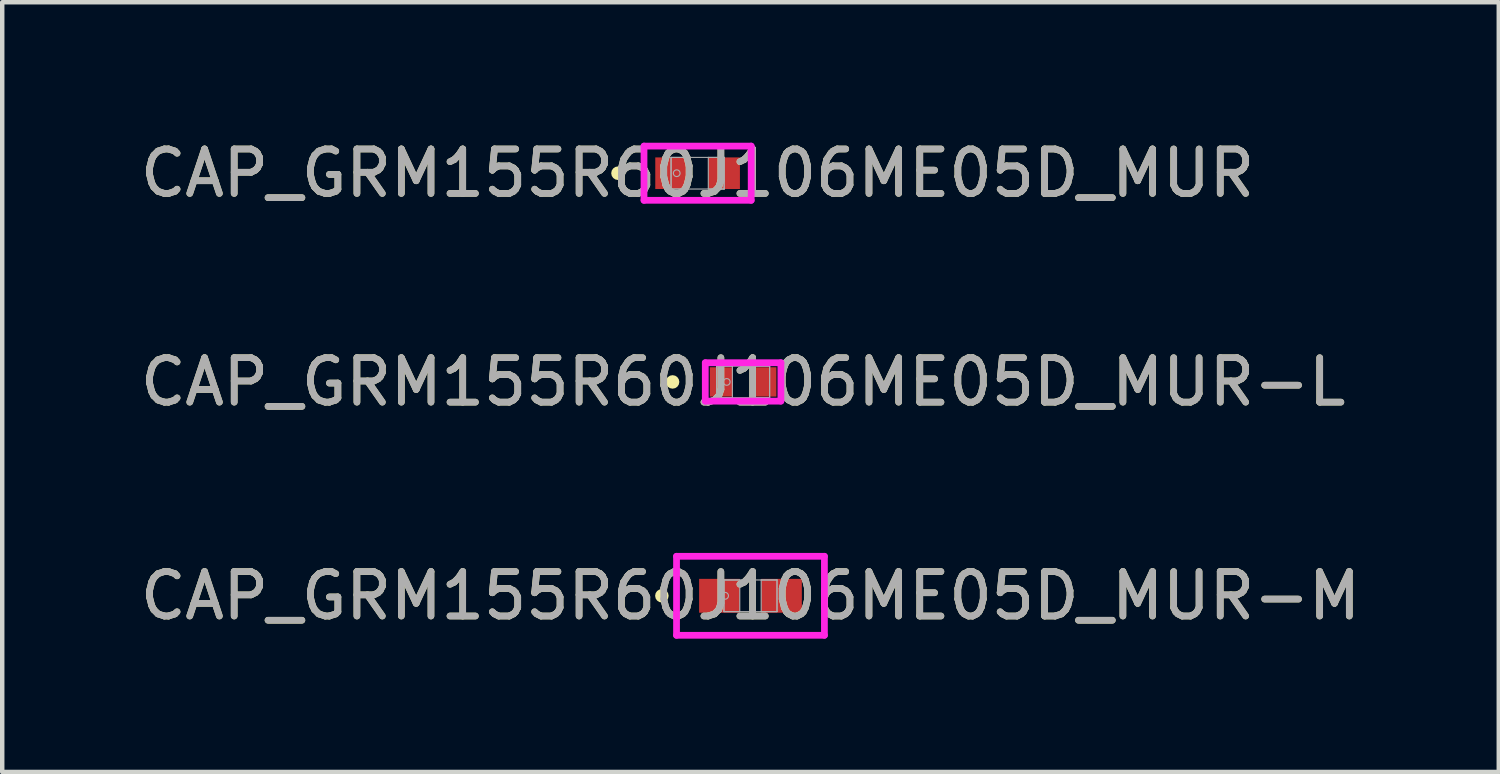
<source format=kicad_pcb>
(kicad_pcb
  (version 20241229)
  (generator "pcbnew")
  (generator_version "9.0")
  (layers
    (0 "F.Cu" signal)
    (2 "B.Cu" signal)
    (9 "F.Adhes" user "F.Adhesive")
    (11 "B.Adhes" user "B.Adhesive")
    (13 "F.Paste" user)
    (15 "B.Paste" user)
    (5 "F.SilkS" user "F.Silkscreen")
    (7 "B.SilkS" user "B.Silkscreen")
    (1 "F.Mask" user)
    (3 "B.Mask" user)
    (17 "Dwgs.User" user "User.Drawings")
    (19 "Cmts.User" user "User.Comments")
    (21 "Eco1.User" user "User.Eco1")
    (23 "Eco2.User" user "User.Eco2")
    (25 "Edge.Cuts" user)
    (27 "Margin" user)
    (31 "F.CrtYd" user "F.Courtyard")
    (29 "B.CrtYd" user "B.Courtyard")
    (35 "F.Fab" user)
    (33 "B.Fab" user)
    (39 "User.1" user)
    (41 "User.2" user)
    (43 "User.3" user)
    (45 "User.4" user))
  (footprint "CAP_GRM155R60J106ME05D_MUR-L"
    (layer "F.Cu")
    (at 13.673 5.545)
    (property "Reference" "CAP_GRM155R60J106ME05D_MUR-L" (at 0 0 0) (unlocked yes) (layer "F.SilkS") (effects (font (size 1 1) (thickness 0.15))))
    (attr smd)
    (fp_circle (center -1.587 0) (end -1.511 0) (stroke (width 0.152) (type solid)) (fill no) (layer "F.SilkS"))
    (fp_line (start -0.851 -0.432) (end 0.851 -0.432) (stroke (width 0.152) (type solid)) (layer "F.CrtYd"))
    (fp_line (start -0.851 0.432) (end -0.851 -0.432) (stroke (width 0.152) (type solid)) (layer "F.CrtYd"))
    (fp_line (start 0.851 -0.432) (end 0.851 0.432) (stroke (width 0.152) (type solid)) (layer "F.CrtYd"))
    (fp_line (start 0.851 0.432) (end -0.851 0.432) (stroke (width 0.152) (type solid)) (layer "F.CrtYd"))
    (fp_line (start -0.597 -0.356) (end -0.597 0.356) (stroke (width 0.025) (type solid)) (layer "F.Fab"))
    (fp_line (start -0.597 -0.356) (end -0.597 0.356) (stroke (width 0.025) (type solid)) (layer "F.Fab"))
    (fp_line (start -0.597 0.356) (end -0.241 0.356) (stroke (width 0.025) (type solid)) (layer "F.Fab"))
    (fp_line (start -0.597 0.356) (end 0.597 0.356) (stroke (width 0.025) (type solid)) (layer "F.Fab"))
    (fp_line (start -0.241 -0.356) (end -0.597 -0.356) (stroke (width 0.025) (type solid)) (layer "F.Fab"))
    (fp_line (start -0.241 0.356) (end -0.241 -0.356) (stroke (width 0.025) (type solid)) (layer "F.Fab"))
    (fp_line (start 0.241 -0.356) (end 0.241 0.356) (stroke (width 0.025) (type solid)) (layer "F.Fab"))
    (fp_line (start 0.241 0.356) (end 0.597 0.356) (stroke (width 0.025) (type solid)) (layer "F.Fab"))
    (fp_line (start 0.597 -0.356) (end -0.597 -0.356) (stroke (width 0.025) (type solid)) (layer "F.Fab"))
    (fp_line (start 0.597 -0.356) (end 0.241 -0.356) (stroke (width 0.025) (type solid)) (layer "F.Fab"))
    (fp_line (start 0.597 0.356) (end 0.597 -0.356) (stroke (width 0.025) (type solid)) (layer "F.Fab"))
    (fp_line (start 0.597 0.356) (end 0.597 -0.356) (stroke (width 0.025) (type solid)) (layer "F.Fab"))
    (fp_circle (center -0.368 0) (end -0.292 0) (stroke (width 0.025) (type solid)) (fill no) (layer "F.Fab"))
    (fp_text user "${REFERENCE}" (at 0 0 0) (unlocked yes) (layer "F.Fab") (effects (font (size 1 1) (thickness 0.15))))
    (pad "1" smd rect (at -0.495 0) (size 0.508 0.66) (layers "F.Cu" "F.Mask" "F.Paste"))
    (pad "2" smd rect (at 0.495 0) (size 0.508 0.66) (layers "F.Cu" "F.Mask" "F.Paste"))
    (zone (net_name "") (layer "F.Cu") (hatch full 0.508) (connect_pads) (min_thickness 0.254) (filled_areas_thickness no) (keepout (tracks not_allowed) (vias not_allowed) (pads allowed) (copperpour not_allowed) (footprints allowed)) (placement (enabled no)) (fill) (polygon (pts (xy 13.482 5.24) (xy 13.863 5.24) (xy 13.863 5.85) (xy 13.482 5.85)))))
  (footprint "CAP_GRM155R60J106ME05D_MUR"
    (layer "F.Cu")
    (at 12.649 0.848)
    (property "Reference" "CAP_GRM155R60J106ME05D_MUR" (at 0 0 0) (unlocked yes) (layer "F.SilkS") (effects (font (size 1 1) (thickness 0.15))))
    (attr smd)
    (fp_circle (center -1.791 0) (end -1.714 0) (stroke (width 0.152) (type solid)) (fill no) (layer "F.SilkS"))
    (fp_line (start -1.206 -0.61) (end 1.206 -0.61) (stroke (width 0.152) (type solid)) (layer "F.CrtYd"))
    (fp_line (start -1.206 0.61) (end -1.206 -0.61) (stroke (width 0.152) (type solid)) (layer "F.CrtYd"))
    (fp_line (start 1.206 -0.61) (end 1.206 0.61) (stroke (width 0.152) (type solid)) (layer "F.CrtYd"))
    (fp_line (start 1.206 0.61) (end -1.206 0.61) (stroke (width 0.152) (type solid)) (layer "F.CrtYd"))
    (fp_line (start -0.597 -0.356) (end -0.597 0.356) (stroke (width 0.025) (type solid)) (layer "F.Fab"))
    (fp_line (start -0.597 -0.356) (end -0.597 0.356) (stroke (width 0.025) (type solid)) (layer "F.Fab"))
    (fp_line (start -0.597 0.356) (end -0.241 0.356) (stroke (width 0.025) (type solid)) (layer "F.Fab"))
    (fp_line (start -0.597 0.356) (end 0.597 0.356) (stroke (width 0.025) (type solid)) (layer "F.Fab"))
    (fp_line (start -0.241 -0.356) (end -0.597 -0.356) (stroke (width 0.025) (type solid)) (layer "F.Fab"))
    (fp_line (start -0.241 0.356) (end -0.241 -0.356) (stroke (width 0.025) (type solid)) (layer "F.Fab"))
    (fp_line (start 0.241 -0.356) (end 0.241 0.356) (stroke (width 0.025) (type solid)) (layer "F.Fab"))
    (fp_line (start 0.241 0.356) (end 0.597 0.356) (stroke (width 0.025) (type solid)) (layer "F.Fab"))
    (fp_line (start 0.597 -0.356) (end -0.597 -0.356) (stroke (width 0.025) (type solid)) (layer "F.Fab"))
    (fp_line (start 0.597 -0.356) (end 0.241 -0.356) (stroke (width 0.025) (type solid)) (layer "F.Fab"))
    (fp_line (start 0.597 0.356) (end 0.597 -0.356) (stroke (width 0.025) (type solid)) (layer "F.Fab"))
    (fp_line (start 0.597 0.356) (end 0.597 -0.356) (stroke (width 0.025) (type solid)) (layer "F.Fab"))
    (fp_circle (center -0.47 0) (end -0.394 0) (stroke (width 0.025) (type solid)) (fill no) (layer "F.Fab"))
    (fp_text user "${REFERENCE}" (at 0 0 0) (unlocked yes) (layer "F.Fab") (effects (font (size 1 1) (thickness 0.15))))
    (pad "1" smd rect (at -0.597 0) (size 0.711 0.711) (layers "F.Cu" "F.Mask" "F.Paste"))
    (pad "2" smd rect (at 0.597 0) (size 0.711 0.711) (layers "F.Cu" "F.Mask" "F.Paste"))
    (zone (net_name "") (layer "F.Cu") (hatch full 0.508) (connect_pads) (min_thickness 0.254) (filled_areas_thickness no) (keepout (tracks not_allowed) (vias not_allowed) (pads allowed) (copperpour not_allowed) (footprints allowed)) (placement (enabled no)) (fill) (polygon (pts (xy 12.458 0.543) (xy 12.839 0.543) (xy 12.839 1.153) (xy 12.458 1.153)))))
  (footprint "CAP_GRM155R60J106ME05D_MUR-M"
    (layer "F.Cu")
    (at 13.839 10.358)
    (property "Reference" "CAP_GRM155R60J106ME05D_MUR-M" (at 0 0 0) (unlocked yes) (layer "F.SilkS") (effects (font (size 1 1) (thickness 0.15))))
    (attr smd)
    (fp_circle (center -1.994 0) (end -1.918 0) (stroke (width 0.152) (type solid)) (fill no) (layer "F.SilkS"))
    (fp_line (start -1.664 -0.889) (end 1.664 -0.889) (stroke (width 0.152) (type solid)) (layer "F.CrtYd"))
    (fp_line (start -1.664 0.889) (end -1.664 -0.889) (stroke (width 0.152) (type solid)) (layer "F.CrtYd"))
    (fp_line (start 1.664 -0.889) (end 1.664 0.889) (stroke (width 0.152) (type solid)) (layer "F.CrtYd"))
    (fp_line (start 1.664 0.889) (end -1.664 0.889) (stroke (width 0.152) (type solid)) (layer "F.CrtYd"))
    (fp_line (start -0.597 -0.356) (end -0.597 0.356) (stroke (width 0.025) (type solid)) (layer "F.Fab"))
    (fp_line (start -0.597 -0.356) (end -0.597 0.356) (stroke (width 0.025) (type solid)) (layer "F.Fab"))
    (fp_line (start -0.597 0.356) (end -0.241 0.356) (stroke (width 0.025) (type solid)) (layer "F.Fab"))
    (fp_line (start -0.597 0.356) (end 0.597 0.356) (stroke (width 0.025) (type solid)) (layer "F.Fab"))
    (fp_line (start -0.241 -0.356) (end -0.597 -0.356) (stroke (width 0.025) (type solid)) (layer "F.Fab"))
    (fp_line (start -0.241 0.356) (end -0.241 -0.356) (stroke (width 0.025) (type solid)) (layer "F.Fab"))
    (fp_line (start 0.241 -0.356) (end 0.241 0.356) (stroke (width 0.025) (type solid)) (layer "F.Fab"))
    (fp_line (start 0.241 0.356) (end 0.597 0.356) (stroke (width 0.025) (type solid)) (layer "F.Fab"))
    (fp_line (start 0.597 -0.356) (end -0.597 -0.356) (stroke (width 0.025) (type solid)) (layer "F.Fab"))
    (fp_line (start 0.597 -0.356) (end 0.241 -0.356) (stroke (width 0.025) (type solid)) (layer "F.Fab"))
    (fp_line (start 0.597 0.356) (end 0.597 -0.356) (stroke (width 0.025) (type solid)) (layer "F.Fab"))
    (fp_line (start 0.597 0.356) (end 0.597 -0.356) (stroke (width 0.025) (type solid)) (layer "F.Fab"))
    (fp_circle (center -0.572 0) (end -0.495 0) (stroke (width 0.025) (type solid)) (fill no) (layer "F.Fab"))
    (fp_text user "${REFERENCE}" (at 0 0 0) (unlocked yes) (layer "F.Fab") (effects (font (size 1 1) (thickness 0.15))))
    (pad "1" smd rect (at -0.699 0) (size 0.914 0.762) (layers "F.Cu" "F.Mask" "F.Paste"))
    (pad "2" smd rect (at 0.699 0) (size 0.914 0.762) (layers "F.Cu" "F.Mask" "F.Paste"))
    (zone (net_name "") (layer "F.Cu") (hatch full 0.508) (connect_pads) (min_thickness 0.254) (filled_areas_thickness no) (keepout (tracks not_allowed) (vias not_allowed) (pads allowed) (copperpour not_allowed) (footprints allowed)) (placement (enabled no)) (fill) (polygon (pts (xy 13.649 10.053) (xy 14.03 10.053) (xy 14.03 10.663) (xy 13.649 10.663)))))
  (gr_rect
    (start -3 -3)
    (end 30.679 14.323)
    (stroke (width 0.1) (type default))
    (fill no)
    (layer "Edge.Cuts")))
</source>
